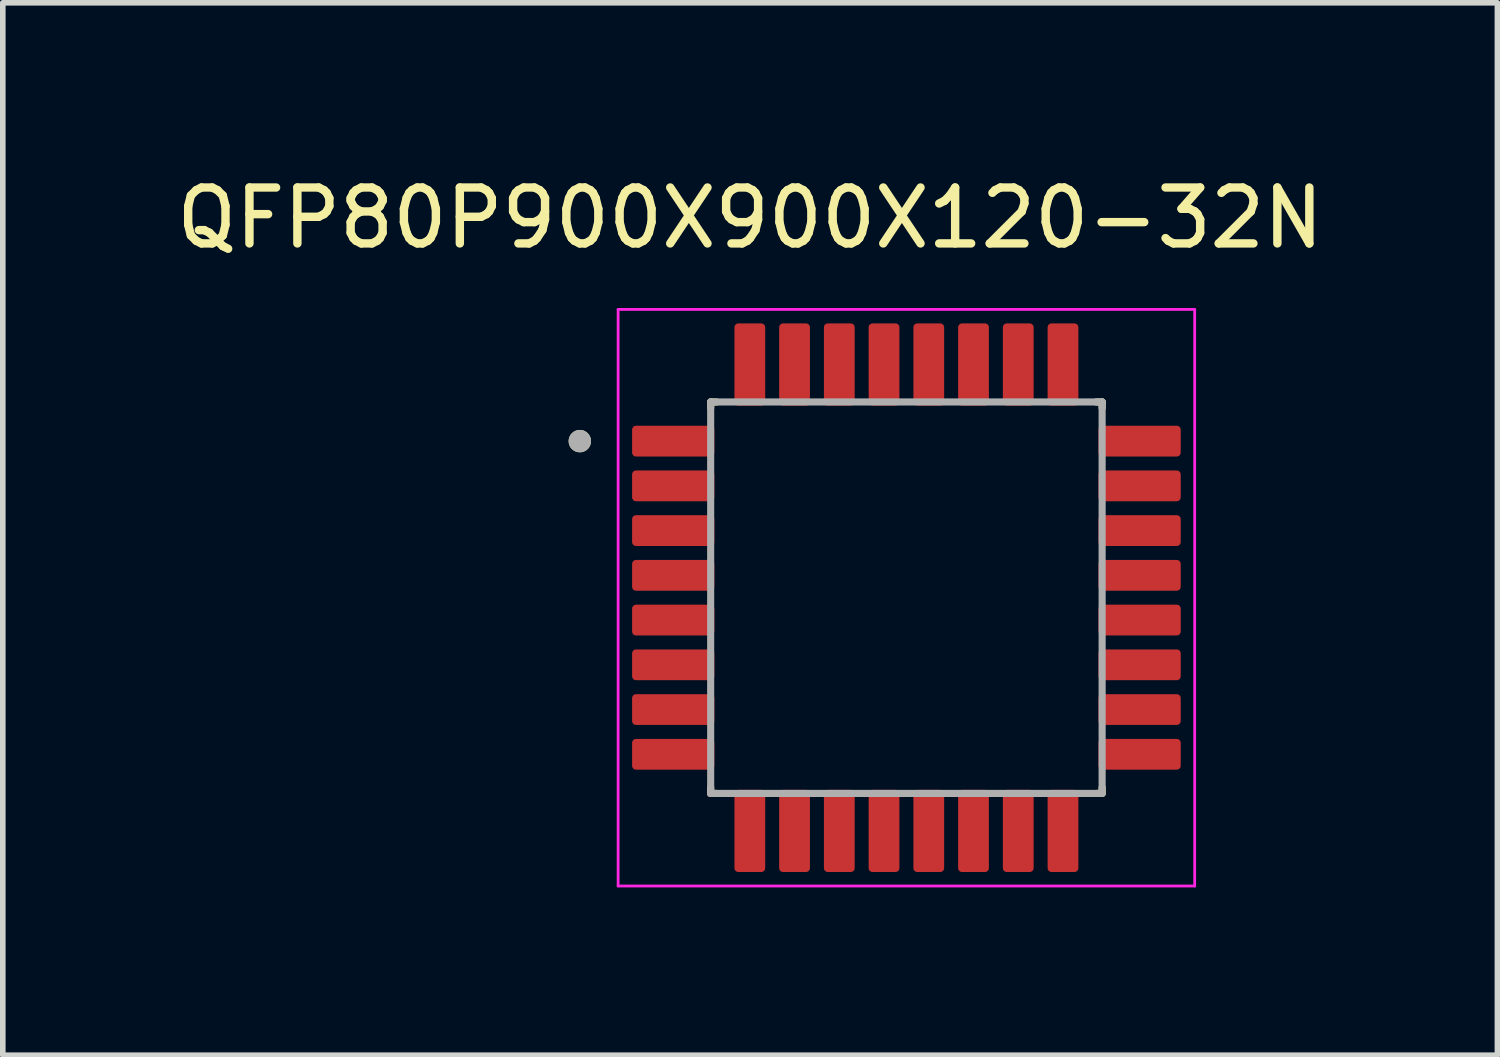
<source format=kicad_pcb>
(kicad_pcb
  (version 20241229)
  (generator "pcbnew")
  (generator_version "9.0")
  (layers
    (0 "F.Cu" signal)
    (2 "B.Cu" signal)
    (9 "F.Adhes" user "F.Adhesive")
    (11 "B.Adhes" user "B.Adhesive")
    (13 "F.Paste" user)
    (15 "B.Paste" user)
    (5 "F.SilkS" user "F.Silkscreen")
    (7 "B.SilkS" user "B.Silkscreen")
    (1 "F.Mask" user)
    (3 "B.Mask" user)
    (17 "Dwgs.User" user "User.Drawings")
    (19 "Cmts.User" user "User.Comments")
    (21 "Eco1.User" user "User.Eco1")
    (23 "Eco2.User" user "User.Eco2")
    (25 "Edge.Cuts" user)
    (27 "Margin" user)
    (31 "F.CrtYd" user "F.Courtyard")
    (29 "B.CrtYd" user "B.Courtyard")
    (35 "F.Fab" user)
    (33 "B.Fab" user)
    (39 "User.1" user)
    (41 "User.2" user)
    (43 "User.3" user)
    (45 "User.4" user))
  (footprint "QFP80P900X900X120-32N"
    (layer "F.Cu")
    (at 13.158 7.638)
    (property "Reference" "QFP80P900X900X120-32N" (at -2.795 -6.79 0) (layer "F.SilkS") (effects (font (size 1 1) (thickness 0.15))))
    (attr smd)
    (fp_line (start -3.5 -3.5) (end -3.5 -3.395) (stroke (width 0.127) (type solid)) (layer "F.SilkS"))
    (fp_line (start -3.5 -3.5) (end -3.395 -3.5) (stroke (width 0.127) (type solid)) (layer "F.SilkS"))
    (fp_line (start -3.5 3.5) (end -3.5 3.395) (stroke (width 0.127) (type solid)) (layer "F.SilkS"))
    (fp_line (start -3.5 3.5) (end -3.395 3.5) (stroke (width 0.127) (type solid)) (layer "F.SilkS"))
    (fp_line (start 3.5 -3.5) (end 3.395 -3.5) (stroke (width 0.127) (type solid)) (layer "F.SilkS"))
    (fp_line (start 3.5 -3.5) (end 3.5 -3.395) (stroke (width 0.127) (type solid)) (layer "F.SilkS"))
    (fp_line (start 3.5 3.5) (end 3.395 3.5) (stroke (width 0.127) (type solid)) (layer "F.SilkS"))
    (fp_line (start 3.5 3.5) (end 3.5 3.395) (stroke (width 0.127) (type solid)) (layer "F.SilkS"))
    (fp_circle (center -5.84 -2.8) (end -5.74 -2.8) (stroke (width 0.2) (type solid)) (fill no) (layer "F.SilkS"))
    (fp_line (start -5.155 -5.155) (end 5.155 -5.155) (stroke (width 0.05) (type solid)) (layer "F.CrtYd"))
    (fp_line (start -5.155 5.155) (end -5.155 -5.155) (stroke (width 0.05) (type solid)) (layer "F.CrtYd"))
    (fp_line (start -5.155 5.155) (end 5.155 5.155) (stroke (width 0.05) (type solid)) (layer "F.CrtYd"))
    (fp_line (start 5.155 5.155) (end 5.155 -5.155) (stroke (width 0.05) (type solid)) (layer "F.CrtYd"))
    (fp_line (start -3.5 3.5) (end -3.5 -3.5) (stroke (width 0.127) (type solid)) (layer "F.Fab"))
    (fp_line (start 3.5 -3.5) (end -3.5 -3.5) (stroke (width 0.127) (type solid)) (layer "F.Fab"))
    (fp_line (start 3.5 3.5) (end -3.5 3.5) (stroke (width 0.127) (type solid)) (layer "F.Fab"))
    (fp_line (start 3.5 3.5) (end 3.5 -3.5) (stroke (width 0.127) (type solid)) (layer "F.Fab"))
    (fp_circle (center -5.84 -2.8) (end -5.74 -2.8) (stroke (width 0.2) (type solid)) (fill no) (layer "F.Fab"))
    (pad "1" smd roundrect (at -4.17 -2.8) (size 1.47 0.55) (layers "F.Cu" "F.Mask" "F.Paste") (roundrect_rratio 0.125))
    (pad "2" smd roundrect (at -4.17 -2) (size 1.47 0.55) (layers "F.Cu" "F.Mask" "F.Paste") (roundrect_rratio 0.125))
    (pad "3" smd roundrect (at -4.17 -1.2) (size 1.47 0.55) (layers "F.Cu" "F.Mask" "F.Paste") (roundrect_rratio 0.125))
    (pad "4" smd roundrect (at -4.17 -0.4) (size 1.47 0.55) (layers "F.Cu" "F.Mask" "F.Paste") (roundrect_rratio 0.125))
    (pad "5" smd roundrect (at -4.17 0.4) (size 1.47 0.55) (layers "F.Cu" "F.Mask" "F.Paste") (roundrect_rratio 0.125))
    (pad "6" smd roundrect (at -4.17 1.2) (size 1.47 0.55) (layers "F.Cu" "F.Mask" "F.Paste") (roundrect_rratio 0.125))
    (pad "7" smd roundrect (at -4.17 2) (size 1.47 0.55) (layers "F.Cu" "F.Mask" "F.Paste") (roundrect_rratio 0.125))
    (pad "8" smd roundrect (at -4.17 2.8) (size 1.47 0.55) (layers "F.Cu" "F.Mask" "F.Paste") (roundrect_rratio 0.125))
    (pad "9" smd roundrect (at -2.8 4.17) (size 0.55 1.47) (layers "F.Cu" "F.Mask" "F.Paste") (roundrect_rratio 0.125))
    (pad "10" smd roundrect (at -2 4.17) (size 0.55 1.47) (layers "F.Cu" "F.Mask" "F.Paste") (roundrect_rratio 0.125))
    (pad "11" smd roundrect (at -1.2 4.17) (size 0.55 1.47) (layers "F.Cu" "F.Mask" "F.Paste") (roundrect_rratio 0.125))
    (pad "12" smd roundrect (at -0.4 4.17) (size 0.55 1.47) (layers "F.Cu" "F.Mask" "F.Paste") (roundrect_rratio 0.125))
    (pad "13" smd roundrect (at 0.4 4.17) (size 0.55 1.47) (layers "F.Cu" "F.Mask" "F.Paste") (roundrect_rratio 0.125))
    (pad "14" smd roundrect (at 1.2 4.17) (size 0.55 1.47) (layers "F.Cu" "F.Mask" "F.Paste") (roundrect_rratio 0.125))
    (pad "15" smd roundrect (at 2 4.17) (size 0.55 1.47) (layers "F.Cu" "F.Mask" "F.Paste") (roundrect_rratio 0.125))
    (pad "16" smd roundrect (at 2.8 4.17) (size 0.55 1.47) (layers "F.Cu" "F.Mask" "F.Paste") (roundrect_rratio 0.125))
    (pad "17" smd roundrect (at 4.17 2.8) (size 1.47 0.55) (layers "F.Cu" "F.Mask" "F.Paste") (roundrect_rratio 0.125))
    (pad "18" smd roundrect (at 4.17 2) (size 1.47 0.55) (layers "F.Cu" "F.Mask" "F.Paste") (roundrect_rratio 0.125))
    (pad "19" smd roundrect (at 4.17 1.2) (size 1.47 0.55) (layers "F.Cu" "F.Mask" "F.Paste") (roundrect_rratio 0.125))
    (pad "20" smd roundrect (at 4.17 0.4) (size 1.47 0.55) (layers "F.Cu" "F.Mask" "F.Paste") (roundrect_rratio 0.125))
    (pad "21" smd roundrect (at 4.17 -0.4) (size 1.47 0.55) (layers "F.Cu" "F.Mask" "F.Paste") (roundrect_rratio 0.125))
    (pad "22" smd roundrect (at 4.17 -1.2) (size 1.47 0.55) (layers "F.Cu" "F.Mask" "F.Paste") (roundrect_rratio 0.125))
    (pad "23" smd roundrect (at 4.17 -2) (size 1.47 0.55) (layers "F.Cu" "F.Mask" "F.Paste") (roundrect_rratio 0.125))
    (pad "24" smd roundrect (at 4.17 -2.8) (size 1.47 0.55) (layers "F.Cu" "F.Mask" "F.Paste") (roundrect_rratio 0.125))
    (pad "25" smd roundrect (at 2.8 -4.17) (size 0.55 1.47) (layers "F.Cu" "F.Mask" "F.Paste") (roundrect_rratio 0.125))
    (pad "26" smd roundrect (at 2 -4.17) (size 0.55 1.47) (layers "F.Cu" "F.Mask" "F.Paste") (roundrect_rratio 0.125))
    (pad "27" smd roundrect (at 1.2 -4.17) (size 0.55 1.47) (layers "F.Cu" "F.Mask" "F.Paste") (roundrect_rratio 0.125))
    (pad "28" smd roundrect (at 0.4 -4.17) (size 0.55 1.47) (layers "F.Cu" "F.Mask" "F.Paste") (roundrect_rratio 0.125))
    (pad "29" smd roundrect (at -0.4 -4.17) (size 0.55 1.47) (layers "F.Cu" "F.Mask" "F.Paste") (roundrect_rratio 0.125))
    (pad "30" smd roundrect (at -1.2 -4.17) (size 0.55 1.47) (layers "F.Cu" "F.Mask" "F.Paste") (roundrect_rratio 0.125))
    (pad "31" smd roundrect (at -2 -4.17) (size 0.55 1.47) (layers "F.Cu" "F.Mask" "F.Paste") (roundrect_rratio 0.125))
    (pad "32" smd roundrect (at -2.8 -4.17) (size 0.55 1.47) (layers "F.Cu" "F.Mask" "F.Paste") (roundrect_rratio 0.125)))
  (gr_rect
    (start -3 -3)
    (end 23.726 15.818)
    (stroke (width 0.1) (type default))
    (fill no)
    (layer "Edge.Cuts")))
</source>
